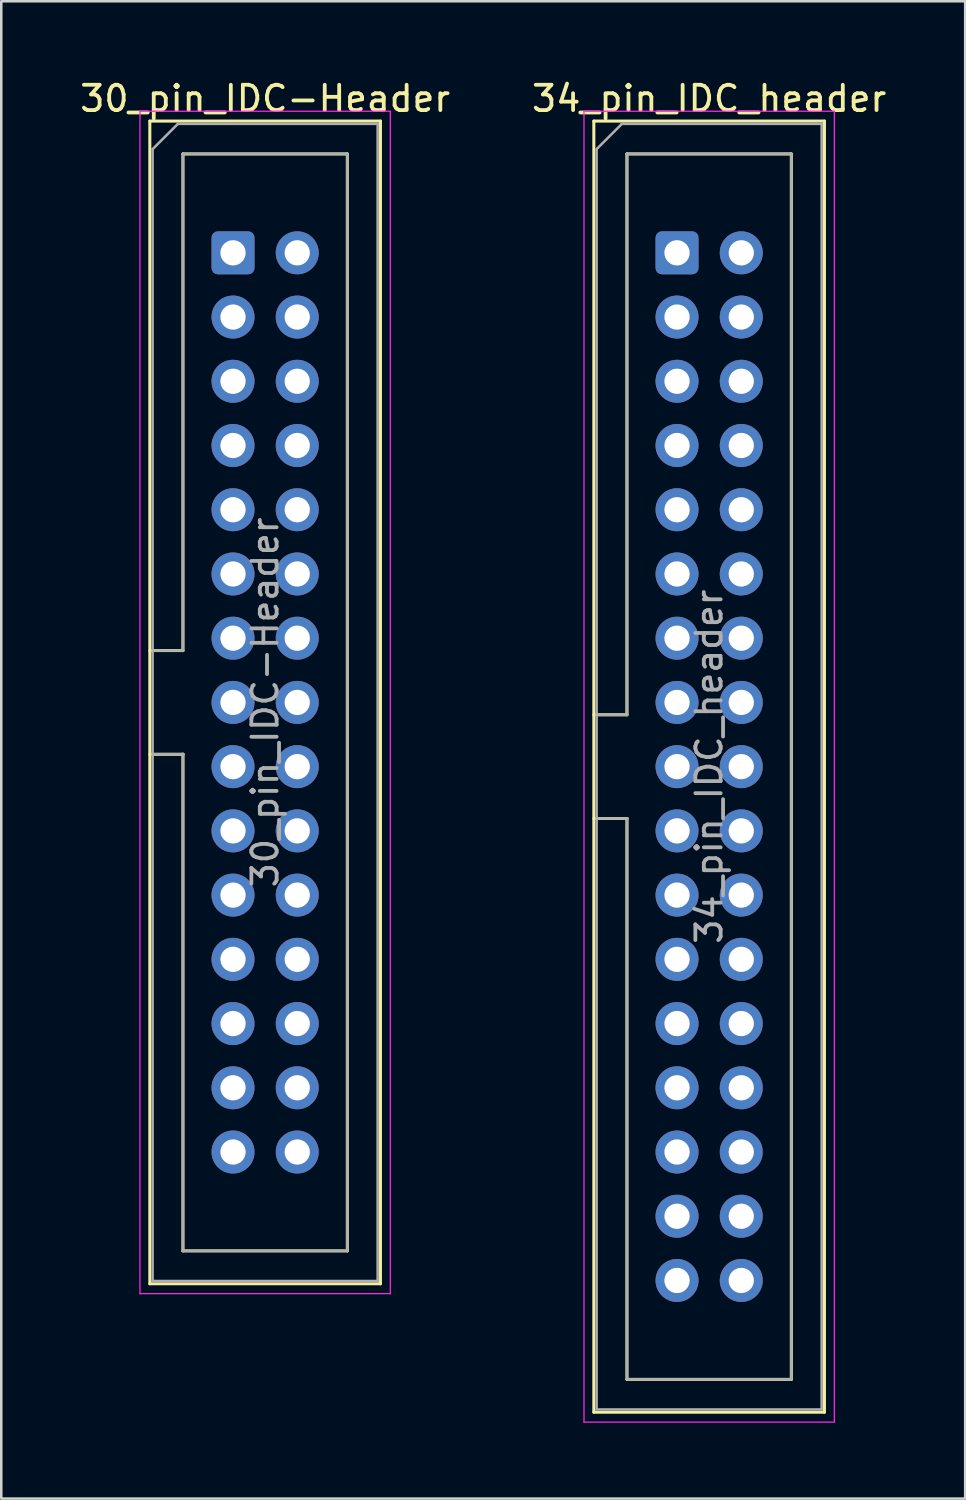
<source format=kicad_pcb>
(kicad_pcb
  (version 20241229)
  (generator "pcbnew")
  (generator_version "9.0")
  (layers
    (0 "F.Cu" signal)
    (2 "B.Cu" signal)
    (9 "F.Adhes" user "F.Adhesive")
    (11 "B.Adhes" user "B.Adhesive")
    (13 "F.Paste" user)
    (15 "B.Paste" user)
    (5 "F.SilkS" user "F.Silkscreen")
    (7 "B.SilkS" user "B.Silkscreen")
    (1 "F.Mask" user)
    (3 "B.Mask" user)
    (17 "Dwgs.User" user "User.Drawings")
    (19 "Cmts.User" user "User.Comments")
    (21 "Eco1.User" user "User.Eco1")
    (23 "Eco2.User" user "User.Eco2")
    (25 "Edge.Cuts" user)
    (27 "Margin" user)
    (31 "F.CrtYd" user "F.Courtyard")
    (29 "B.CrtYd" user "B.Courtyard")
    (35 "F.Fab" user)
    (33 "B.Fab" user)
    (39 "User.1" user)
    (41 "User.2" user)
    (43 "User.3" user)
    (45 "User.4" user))
  (footprint "30_pin_IDC-Header"
    (layer "F.Cu")
    (at 6.165 6.948)
    (property "Reference" "30_pin_IDC-Header" (at 1.27 -6.1 0) (layer "F.SilkS") (effects (font (size 1 1) (thickness 0.15))))
    (attr through_hole)
    (fp_line (start -3.29 -5.21) (end 5.83 -5.21) (stroke (width 0.12) (type solid)) (layer "F.SilkS"))
    (fp_line (start -3.29 15.73) (end -1.98 15.73) (stroke (width 0.12) (type solid)) (layer "F.SilkS"))
    (fp_line (start -3.29 40.77) (end -3.29 -5.21) (stroke (width 0.12) (type solid)) (layer "F.SilkS"))
    (fp_line (start -1.98 -3.91) (end 4.52 -3.91) (stroke (width 0.12) (type solid)) (layer "F.SilkS"))
    (fp_line (start -1.98 15.73) (end -1.98 -3.91) (stroke (width 0.12) (type solid)) (layer "F.SilkS"))
    (fp_line (start -1.98 19.83) (end -3.29 19.83) (stroke (width 0.12) (type solid)) (layer "F.SilkS"))
    (fp_line (start -1.98 19.83) (end -1.98 19.83) (stroke (width 0.12) (type solid)) (layer "F.SilkS"))
    (fp_line (start -1.98 39.47) (end -1.98 19.83) (stroke (width 0.12) (type solid)) (layer "F.SilkS"))
    (fp_line (start 4.52 -3.91) (end 4.52 39.47) (stroke (width 0.12) (type solid)) (layer "F.SilkS"))
    (fp_line (start 4.52 39.47) (end -1.98 39.47) (stroke (width 0.12) (type solid)) (layer "F.SilkS"))
    (fp_line (start 5.83 -5.21) (end 5.83 40.77) (stroke (width 0.12) (type solid)) (layer "F.SilkS"))
    (fp_line (start 5.83 40.77) (end -3.29 40.77) (stroke (width 0.12) (type solid)) (layer "F.SilkS"))
    (fp_line (start -3.68 -5.6) (end -3.68 41.16) (stroke (width 0.05) (type solid)) (layer "F.CrtYd"))
    (fp_line (start -3.68 41.16) (end 6.22 41.16) (stroke (width 0.05) (type solid)) (layer "F.CrtYd"))
    (fp_line (start 6.22 -5.6) (end -3.68 -5.6) (stroke (width 0.05) (type solid)) (layer "F.CrtYd"))
    (fp_line (start 6.22 41.16) (end 6.22 -5.6) (stroke (width 0.05) (type solid)) (layer "F.CrtYd"))
    (fp_line (start -3.18 -4.1) (end -2.18 -5.1) (stroke (width 0.1) (type solid)) (layer "F.Fab"))
    (fp_line (start -3.18 15.73) (end -1.98 15.73) (stroke (width 0.1) (type solid)) (layer "F.Fab"))
    (fp_line (start -3.18 40.66) (end -3.18 -4.1) (stroke (width 0.1) (type solid)) (layer "F.Fab"))
    (fp_line (start -2.18 -5.1) (end 5.72 -5.1) (stroke (width 0.1) (type solid)) (layer "F.Fab"))
    (fp_line (start -1.98 -3.91) (end 4.52 -3.91) (stroke (width 0.1) (type solid)) (layer "F.Fab"))
    (fp_line (start -1.98 15.73) (end -1.98 -3.91) (stroke (width 0.1) (type solid)) (layer "F.Fab"))
    (fp_line (start -1.98 19.83) (end -3.18 19.83) (stroke (width 0.1) (type solid)) (layer "F.Fab"))
    (fp_line (start -1.98 19.83) (end -1.98 19.83) (stroke (width 0.1) (type solid)) (layer "F.Fab"))
    (fp_line (start -1.98 39.47) (end -1.98 19.83) (stroke (width 0.1) (type solid)) (layer "F.Fab"))
    (fp_line (start 4.52 -3.91) (end 4.52 39.47) (stroke (width 0.1) (type solid)) (layer "F.Fab"))
    (fp_line (start 4.52 39.47) (end -1.98 39.47) (stroke (width 0.1) (type solid)) (layer "F.Fab"))
    (fp_line (start 5.72 -5.1) (end 5.72 40.66) (stroke (width 0.1) (type solid)) (layer "F.Fab"))
    (fp_line (start 5.72 40.66) (end -3.18 40.66) (stroke (width 0.1) (type solid)) (layer "F.Fab"))
    (fp_text user "${REFERENCE}" (at 1.27 17.78 90) (layer "F.Fab") (effects (font (size 1 1) (thickness 0.15))))
    (pad "1" thru_hole roundrect (at 0 0) (size 1.7 1.7) (drill 1) (layers "*.Cu" "*.Mask") (roundrect_rratio 0.147))
    (pad "2" thru_hole circle (at 2.54 0) (size 1.7 1.7) (drill 1) (layers "*.Cu" "*.Mask"))
    (pad "3" thru_hole circle (at 0 2.54) (size 1.7 1.7) (drill 1) (layers "*.Cu" "*.Mask"))
    (pad "4" thru_hole circle (at 2.54 2.54) (size 1.7 1.7) (drill 1) (layers "*.Cu" "*.Mask"))
    (pad "5" thru_hole circle (at 0 5.08) (size 1.7 1.7) (drill 1) (layers "*.Cu" "*.Mask"))
    (pad "6" thru_hole circle (at 2.54 5.08) (size 1.7 1.7) (drill 1) (layers "*.Cu" "*.Mask"))
    (pad "7" thru_hole circle (at 0 7.62) (size 1.7 1.7) (drill 1) (layers "*.Cu" "*.Mask"))
    (pad "8" thru_hole circle (at 2.54 7.62) (size 1.7 1.7) (drill 1) (layers "*.Cu" "*.Mask"))
    (pad "9" thru_hole circle (at 0 10.16) (size 1.7 1.7) (drill 1) (layers "*.Cu" "*.Mask"))
    (pad "10" thru_hole circle (at 2.54 10.16) (size 1.7 1.7) (drill 1) (layers "*.Cu" "*.Mask"))
    (pad "11" thru_hole circle (at 0 12.7) (size 1.7 1.7) (drill 1) (layers "*.Cu" "*.Mask"))
    (pad "12" thru_hole circle (at 2.54 12.7) (size 1.7 1.7) (drill 1) (layers "*.Cu" "*.Mask"))
    (pad "13" thru_hole circle (at 0 15.24) (size 1.7 1.7) (drill 1) (layers "*.Cu" "*.Mask"))
    (pad "14" thru_hole circle (at 2.54 15.24) (size 1.7 1.7) (drill 1) (layers "*.Cu" "*.Mask"))
    (pad "15" thru_hole circle (at 0 17.78) (size 1.7 1.7) (drill 1) (layers "*.Cu" "*.Mask"))
    (pad "16" thru_hole circle (at 2.54 17.78) (size 1.7 1.7) (drill 1) (layers "*.Cu" "*.Mask"))
    (pad "17" thru_hole circle (at 0 20.32) (size 1.7 1.7) (drill 1) (layers "*.Cu" "*.Mask"))
    (pad "18" thru_hole circle (at 2.54 20.32) (size 1.7 1.7) (drill 1) (layers "*.Cu" "*.Mask"))
    (pad "19" thru_hole circle (at 0 22.86) (size 1.7 1.7) (drill 1) (layers "*.Cu" "*.Mask"))
    (pad "20" thru_hole circle (at 2.54 22.86) (size 1.7 1.7) (drill 1) (layers "*.Cu" "*.Mask"))
    (pad "21" thru_hole circle (at 0 25.4) (size 1.7 1.7) (drill 1) (layers "*.Cu" "*.Mask"))
    (pad "22" thru_hole circle (at 2.54 25.4) (size 1.7 1.7) (drill 1) (layers "*.Cu" "*.Mask"))
    (pad "23" thru_hole circle (at 0 27.94) (size 1.7 1.7) (drill 1) (layers "*.Cu" "*.Mask"))
    (pad "24" thru_hole circle (at 2.54 27.94) (size 1.7 1.7) (drill 1) (layers "*.Cu" "*.Mask"))
    (pad "25" thru_hole circle (at 0 30.48) (size 1.7 1.7) (drill 1) (layers "*.Cu" "*.Mask"))
    (pad "26" thru_hole circle (at 2.54 30.48) (size 1.7 1.7) (drill 1) (layers "*.Cu" "*.Mask"))
    (pad "27" thru_hole circle (at 0 33.02) (size 1.7 1.7) (drill 1) (layers "*.Cu" "*.Mask"))
    (pad "28" thru_hole circle (at 2.54 33.02) (size 1.7 1.7) (drill 1) (layers "*.Cu" "*.Mask"))
    (pad "29" thru_hole circle (at 0 35.56) (size 1.7 1.7) (drill 1) (layers "*.Cu" "*.Mask"))
    (pad "30" thru_hole circle (at 2.54 35.56) (size 1.7 1.7) (drill 1) (layers "*.Cu" "*.Mask")))
  (footprint "34_pin_IDC_header"
    (layer "F.Cu")
    (at 23.724 6.948)
    (property "Reference" "34_pin_IDC_header" (at 1.27 -6.1 0) (layer "F.SilkS") (effects (font (size 1 1) (thickness 0.15))))
    (attr through_hole)
    (fp_line (start -3.29 -5.21) (end 5.83 -5.21) (stroke (width 0.12) (type solid)) (layer "F.SilkS"))
    (fp_line (start -3.29 18.27) (end -1.98 18.27) (stroke (width 0.12) (type solid)) (layer "F.SilkS"))
    (fp_line (start -3.29 45.85) (end -3.29 -5.21) (stroke (width 0.12) (type solid)) (layer "F.SilkS"))
    (fp_line (start -1.98 -3.91) (end 4.52 -3.91) (stroke (width 0.12) (type solid)) (layer "F.SilkS"))
    (fp_line (start -1.98 18.27) (end -1.98 -3.91) (stroke (width 0.12) (type solid)) (layer "F.SilkS"))
    (fp_line (start -1.98 22.37) (end -3.29 22.37) (stroke (width 0.12) (type solid)) (layer "F.SilkS"))
    (fp_line (start -1.98 22.37) (end -1.98 22.37) (stroke (width 0.12) (type solid)) (layer "F.SilkS"))
    (fp_line (start -1.98 44.55) (end -1.98 22.37) (stroke (width 0.12) (type solid)) (layer "F.SilkS"))
    (fp_line (start 4.52 -3.91) (end 4.52 44.55) (stroke (width 0.12) (type solid)) (layer "F.SilkS"))
    (fp_line (start 4.52 44.55) (end -1.98 44.55) (stroke (width 0.12) (type solid)) (layer "F.SilkS"))
    (fp_line (start 5.83 -5.21) (end 5.83 45.85) (stroke (width 0.12) (type solid)) (layer "F.SilkS"))
    (fp_line (start 5.83 45.85) (end -3.29 45.85) (stroke (width 0.12) (type solid)) (layer "F.SilkS"))
    (fp_line (start -3.68 -5.6) (end -3.68 46.24) (stroke (width 0.05) (type solid)) (layer "F.CrtYd"))
    (fp_line (start -3.68 46.24) (end 6.22 46.24) (stroke (width 0.05) (type solid)) (layer "F.CrtYd"))
    (fp_line (start 6.22 -5.6) (end -3.68 -5.6) (stroke (width 0.05) (type solid)) (layer "F.CrtYd"))
    (fp_line (start 6.22 46.24) (end 6.22 -5.6) (stroke (width 0.05) (type solid)) (layer "F.CrtYd"))
    (fp_line (start -3.18 -4.1) (end -2.18 -5.1) (stroke (width 0.1) (type solid)) (layer "F.Fab"))
    (fp_line (start -3.18 18.27) (end -1.98 18.27) (stroke (width 0.1) (type solid)) (layer "F.Fab"))
    (fp_line (start -3.18 45.74) (end -3.18 -4.1) (stroke (width 0.1) (type solid)) (layer "F.Fab"))
    (fp_line (start -2.18 -5.1) (end 5.72 -5.1) (stroke (width 0.1) (type solid)) (layer "F.Fab"))
    (fp_line (start -1.98 -3.91) (end 4.52 -3.91) (stroke (width 0.1) (type solid)) (layer "F.Fab"))
    (fp_line (start -1.98 18.27) (end -1.98 -3.91) (stroke (width 0.1) (type solid)) (layer "F.Fab"))
    (fp_line (start -1.98 22.37) (end -3.18 22.37) (stroke (width 0.1) (type solid)) (layer "F.Fab"))
    (fp_line (start -1.98 22.37) (end -1.98 22.37) (stroke (width 0.1) (type solid)) (layer "F.Fab"))
    (fp_line (start -1.98 44.55) (end -1.98 22.37) (stroke (width 0.1) (type solid)) (layer "F.Fab"))
    (fp_line (start 4.52 -3.91) (end 4.52 44.55) (stroke (width 0.1) (type solid)) (layer "F.Fab"))
    (fp_line (start 4.52 44.55) (end -1.98 44.55) (stroke (width 0.1) (type solid)) (layer "F.Fab"))
    (fp_line (start 5.72 -5.1) (end 5.72 45.74) (stroke (width 0.1) (type solid)) (layer "F.Fab"))
    (fp_line (start 5.72 45.74) (end -3.18 45.74) (stroke (width 0.1) (type solid)) (layer "F.Fab"))
    (fp_text user "${REFERENCE}" (at 1.27 20.32 90) (layer "F.Fab") (effects (font (size 1 1) (thickness 0.15))))
    (pad "1" thru_hole roundrect (at 0 0) (size 1.7 1.7) (drill 1) (layers "*.Cu" "*.Mask") (roundrect_rratio 0.147))
    (pad "2" thru_hole circle (at 2.54 0) (size 1.7 1.7) (drill 1) (layers "*.Cu" "*.Mask"))
    (pad "3" thru_hole circle (at 0 2.54) (size 1.7 1.7) (drill 1) (layers "*.Cu" "*.Mask"))
    (pad "4" thru_hole circle (at 2.54 2.54) (size 1.7 1.7) (drill 1) (layers "*.Cu" "*.Mask"))
    (pad "5" thru_hole circle (at 0 5.08) (size 1.7 1.7) (drill 1) (layers "*.Cu" "*.Mask"))
    (pad "6" thru_hole circle (at 2.54 5.08) (size 1.7 1.7) (drill 1) (layers "*.Cu" "*.Mask"))
    (pad "7" thru_hole circle (at 0 7.62) (size 1.7 1.7) (drill 1) (layers "*.Cu" "*.Mask"))
    (pad "8" thru_hole circle (at 2.54 7.62) (size 1.7 1.7) (drill 1) (layers "*.Cu" "*.Mask"))
    (pad "9" thru_hole circle (at 0 10.16) (size 1.7 1.7) (drill 1) (layers "*.Cu" "*.Mask"))
    (pad "10" thru_hole circle (at 2.54 10.16) (size 1.7 1.7) (drill 1) (layers "*.Cu" "*.Mask"))
    (pad "11" thru_hole circle (at 0 12.7) (size 1.7 1.7) (drill 1) (layers "*.Cu" "*.Mask"))
    (pad "12" thru_hole circle (at 2.54 12.7) (size 1.7 1.7) (drill 1) (layers "*.Cu" "*.Mask"))
    (pad "13" thru_hole circle (at 0 15.24) (size 1.7 1.7) (drill 1) (layers "*.Cu" "*.Mask"))
    (pad "14" thru_hole circle (at 2.54 15.24) (size 1.7 1.7) (drill 1) (layers "*.Cu" "*.Mask"))
    (pad "15" thru_hole circle (at 0 17.78) (size 1.7 1.7) (drill 1) (layers "*.Cu" "*.Mask"))
    (pad "16" thru_hole circle (at 2.54 17.78) (size 1.7 1.7) (drill 1) (layers "*.Cu" "*.Mask"))
    (pad "17" thru_hole circle (at 0 20.32) (size 1.7 1.7) (drill 1) (layers "*.Cu" "*.Mask"))
    (pad "18" thru_hole circle (at 2.54 20.32) (size 1.7 1.7) (drill 1) (layers "*.Cu" "*.Mask"))
    (pad "19" thru_hole circle (at 0 22.86) (size 1.7 1.7) (drill 1) (layers "*.Cu" "*.Mask"))
    (pad "20" thru_hole circle (at 2.54 22.86) (size 1.7 1.7) (drill 1) (layers "*.Cu" "*.Mask"))
    (pad "21" thru_hole circle (at 0 25.4) (size 1.7 1.7) (drill 1) (layers "*.Cu" "*.Mask"))
    (pad "22" thru_hole circle (at 2.54 25.4) (size 1.7 1.7) (drill 1) (layers "*.Cu" "*.Mask"))
    (pad "23" thru_hole circle (at 0 27.94) (size 1.7 1.7) (drill 1) (layers "*.Cu" "*.Mask"))
    (pad "24" thru_hole circle (at 2.54 27.94) (size 1.7 1.7) (drill 1) (layers "*.Cu" "*.Mask"))
    (pad "25" thru_hole circle (at 0 30.48) (size 1.7 1.7) (drill 1) (layers "*.Cu" "*.Mask"))
    (pad "26" thru_hole circle (at 2.54 30.48) (size 1.7 1.7) (drill 1) (layers "*.Cu" "*.Mask"))
    (pad "27" thru_hole circle (at 0 33.02) (size 1.7 1.7) (drill 1) (layers "*.Cu" "*.Mask"))
    (pad "28" thru_hole circle (at 2.54 33.02) (size 1.7 1.7) (drill 1) (layers "*.Cu" "*.Mask"))
    (pad "29" thru_hole circle (at 0 35.56) (size 1.7 1.7) (drill 1) (layers "*.Cu" "*.Mask"))
    (pad "30" thru_hole circle (at 2.54 35.56) (size 1.7 1.7) (drill 1) (layers "*.Cu" "*.Mask"))
    (pad "31" thru_hole circle (at 0 38.1) (size 1.7 1.7) (drill 1) (layers "*.Cu" "*.Mask"))
    (pad "32" thru_hole circle (at 2.54 38.1) (size 1.7 1.7) (drill 1) (layers "*.Cu" "*.Mask"))
    (pad "33" thru_hole circle (at 0 40.64) (size 1.7 1.7) (drill 1) (layers "*.Cu" "*.Mask"))
    (pad "34" thru_hole circle (at 2.54 40.64) (size 1.7 1.7) (drill 1) (layers "*.Cu" "*.Mask")))
  (gr_rect
    (start -3 -3)
    (end 35.119 56.213)
    (stroke (width 0.1) (type default))
    (fill no)
    (layer "Edge.Cuts")))
</source>
